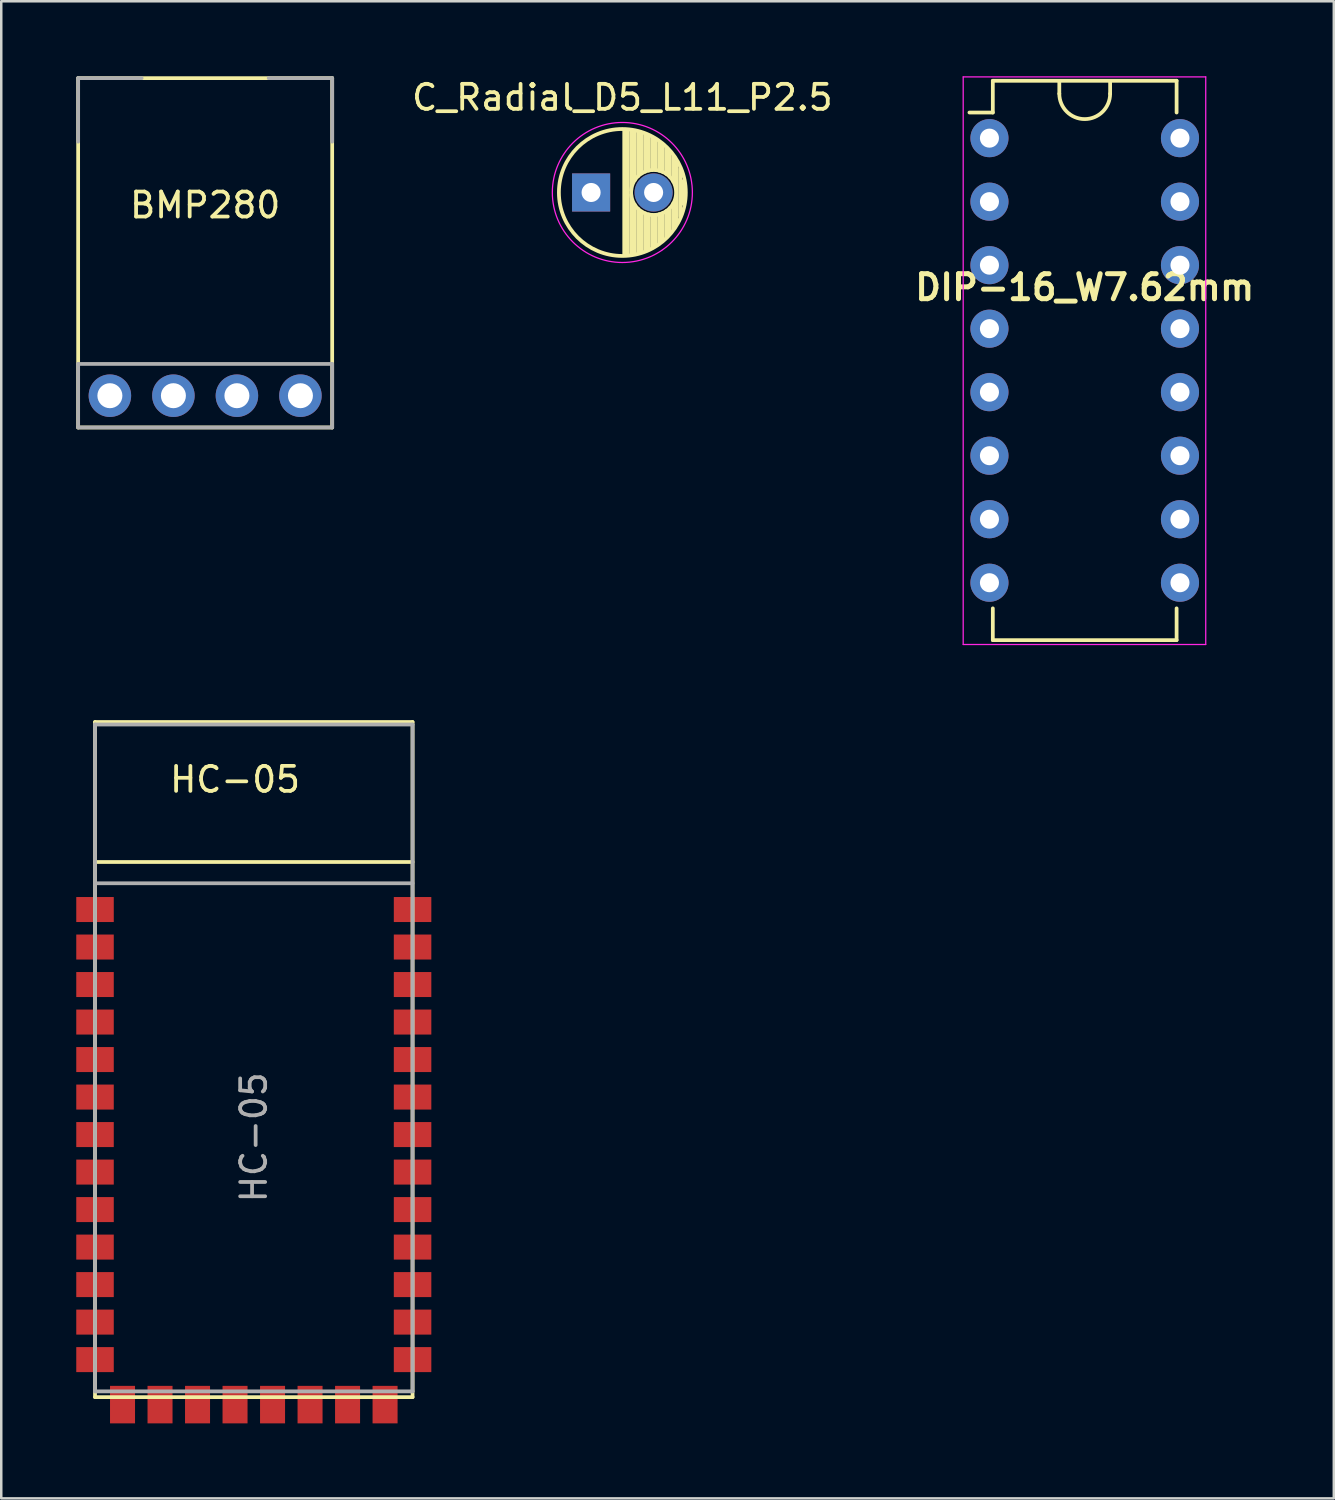
<source format=kicad_pcb>
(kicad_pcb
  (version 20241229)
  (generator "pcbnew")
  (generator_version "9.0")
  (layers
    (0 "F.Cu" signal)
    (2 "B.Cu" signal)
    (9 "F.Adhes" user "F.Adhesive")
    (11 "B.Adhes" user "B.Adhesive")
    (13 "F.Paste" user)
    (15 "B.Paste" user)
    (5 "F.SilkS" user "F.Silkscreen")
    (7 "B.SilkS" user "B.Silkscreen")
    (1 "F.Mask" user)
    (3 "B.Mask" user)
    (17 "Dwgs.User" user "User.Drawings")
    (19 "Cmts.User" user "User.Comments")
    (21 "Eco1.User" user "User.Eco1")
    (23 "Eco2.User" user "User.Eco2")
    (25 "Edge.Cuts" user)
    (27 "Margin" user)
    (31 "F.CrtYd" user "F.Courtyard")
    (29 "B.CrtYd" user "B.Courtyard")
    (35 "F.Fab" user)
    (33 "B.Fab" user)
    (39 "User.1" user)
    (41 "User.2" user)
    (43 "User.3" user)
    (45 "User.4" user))
  (footprint "DIP-16_W7.62mm"
    (layer "F.Cu")
    (at 36.521 2.475)
    (property "Reference" "DIP-16_W7.62mm" (at 3.81 5.969 0) (layer "F.SilkS") (effects (font (size 1 1) (thickness 0.2))))
    (attr through_hole)
    (fp_line (start 0.135 -2.295) (end 0.135 -1.025) (stroke (width 0.15) (type solid)) (layer "F.SilkS"))
    (fp_line (start 0.135 -2.295) (end 7.485 -2.295) (stroke (width 0.15) (type solid)) (layer "F.SilkS"))
    (fp_line (start 0.135 -1.025) (end -0.8 -1.025) (stroke (width 0.15) (type solid)) (layer "F.SilkS"))
    (fp_line (start 0.135 20.075) (end 0.135 18.805) (stroke (width 0.15) (type solid)) (layer "F.SilkS"))
    (fp_line (start 0.135 20.075) (end 7.485 20.075) (stroke (width 0.15) (type solid)) (layer "F.SilkS"))
    (fp_line (start 2.794 -2.286) (end 2.794 -1.778) (stroke (width 0.15) (type solid)) (layer "F.SilkS"))
    (fp_line (start 4.826 -2.286) (end 4.826 -1.778) (stroke (width 0.15) (type solid)) (layer "F.SilkS"))
    (fp_line (start 7.485 -2.295) (end 7.485 -1.025) (stroke (width 0.15) (type solid)) (layer "F.SilkS"))
    (fp_line (start 7.485 20.075) (end 7.485 18.805) (stroke (width 0.15) (type solid)) (layer "F.SilkS"))
    (fp_arc (start 4.826 -1.778) (mid 3.81 -0.762) (end 2.794 -1.778) (stroke (width 0.15) (type solid)) (layer "F.SilkS"))
    (fp_line (start -1.05 -2.45) (end -1.05 20.25) (stroke (width 0.05) (type solid)) (layer "F.CrtYd"))
    (fp_line (start -1.05 -2.45) (end 8.65 -2.45) (stroke (width 0.05) (type solid)) (layer "F.CrtYd"))
    (fp_line (start -1.05 20.25) (end 8.65 20.25) (stroke (width 0.05) (type solid)) (layer "F.CrtYd"))
    (fp_line (start 8.65 -2.45) (end 8.65 20.25) (stroke (width 0.05) (type solid)) (layer "F.CrtYd"))
    (pad "1" thru_hole circle (at 0 0) (size 1.524 1.524) (drill 0.762) (layers "*.Cu" "*.Mask"))
    (pad "2" thru_hole circle (at 0 2.54) (size 1.524 1.524) (drill 0.762) (layers "*.Cu" "*.Mask"))
    (pad "3" thru_hole circle (at 0 5.08) (size 1.524 1.524) (drill 0.762) (layers "*.Cu" "*.Mask"))
    (pad "4" thru_hole circle (at 0 7.62) (size 1.524 1.524) (drill 0.762) (layers "*.Cu" "*.Mask"))
    (pad "5" thru_hole circle (at 0 10.16) (size 1.524 1.524) (drill 0.762) (layers "*.Cu" "*.Mask"))
    (pad "6" thru_hole circle (at 0 12.7) (size 1.524 1.524) (drill 0.762) (layers "*.Cu" "*.Mask"))
    (pad "7" thru_hole circle (at 0 15.24) (size 1.524 1.524) (drill 0.762) (layers "*.Cu" "*.Mask"))
    (pad "8" thru_hole circle (at 0 17.78) (size 1.524 1.524) (drill 0.762) (layers "*.Cu" "*.Mask"))
    (pad "9" thru_hole circle (at 7.62 17.78) (size 1.524 1.524) (drill 0.762) (layers "*.Cu" "*.Mask"))
    (pad "10" thru_hole circle (at 7.62 15.24) (size 1.524 1.524) (drill 0.762) (layers "*.Cu" "*.Mask"))
    (pad "11" thru_hole circle (at 7.62 12.7) (size 1.524 1.524) (drill 0.762) (layers "*.Cu" "*.Mask"))
    (pad "12" thru_hole circle (at 7.62 10.16) (size 1.524 1.524) (drill 0.762) (layers "*.Cu" "*.Mask"))
    (pad "13" thru_hole circle (at 7.62 7.62) (size 1.524 1.524) (drill 0.762) (layers "*.Cu" "*.Mask"))
    (pad "14" thru_hole circle (at 7.62 5.08) (size 1.524 1.524) (drill 0.762) (layers "*.Cu" "*.Mask"))
    (pad "15" thru_hole circle (at 7.62 2.54) (size 1.524 1.524) (drill 0.762) (layers "*.Cu" "*.Mask"))
    (pad "16" thru_hole circle (at 7.62 0) (size 1.524 1.524) (drill 0.762) (layers "*.Cu" "*.Mask")))
  (footprint "BMP280"
    (layer "F.Cu")
    (at 5.155 10.235)
    (property "Reference" "BMP280" (at 0 -5.08 0) (layer "F.SilkS") (effects (font (size 1 1) (thickness 0.15))))
    (attr through_hole)
    (fp_line (start -5.08 -10.16) (end -5.08 3.81) (stroke (width 0.15) (type solid)) (layer "F.SilkS"))
    (fp_line (start -5.08 3.81) (end 5.08 3.81) (stroke (width 0.15) (type solid)) (layer "F.SilkS"))
    (fp_line (start 5.08 -10.16) (end -5.08 -10.16) (stroke (width 0.15) (type solid)) (layer "F.SilkS"))
    (fp_line (start 5.08 3.81) (end 5.08 -10.16) (stroke (width 0.15) (type solid)) (layer "F.SilkS"))
    (fp_line (start -5.08 -10.16) (end -2.54 -10.16) (stroke (width 0.15) (type solid)) (layer "F.Fab"))
    (fp_line (start -5.08 -7.62) (end -5.08 -10.16) (stroke (width 0.15) (type solid)) (layer "F.Fab"))
    (fp_line (start -5.08 1.27) (end 5.08 1.27) (stroke (width 0.15) (type solid)) (layer "F.Fab"))
    (fp_line (start -5.08 3.81) (end -5.08 1.27) (stroke (width 0.15) (type solid)) (layer "F.Fab"))
    (fp_line (start 2.54 -10.16) (end 5.08 -10.16) (stroke (width 0.15) (type solid)) (layer "F.Fab"))
    (fp_line (start 5.08 -10.16) (end 5.08 -7.62) (stroke (width 0.15) (type solid)) (layer "F.Fab"))
    (fp_line (start 5.08 1.27) (end 5.08 3.81) (stroke (width 0.15) (type solid)) (layer "F.Fab"))
    (fp_line (start 5.08 3.81) (end -5.08 3.81) (stroke (width 0.15) (type solid)) (layer "F.Fab"))
    (pad "1" thru_hole circle (at -3.81 2.54) (size 1.7 1.7) (drill 1) (layers "*.Cu" "*.Mask"))
    (pad "2" thru_hole circle (at -1.27 2.54) (size 1.7 1.7) (drill 1) (layers "*.Cu" "*.Mask"))
    (pad "3" thru_hole circle (at 1.27 2.54) (size 1.7 1.7) (drill 1) (layers "*.Cu" "*.Mask"))
    (pad "4" thru_hole circle (at 3.81 2.54) (size 1.7 1.7) (drill 1) (layers "*.Cu" "*.Mask")))
  (footprint "HC-05"
    (layer "F.Cu")
    (at 0.75 51.325)
    (property "Reference" "HC-05" (at 5.6 -23.2 0) (layer "F.SilkS") (effects (font (size 1 1) (thickness 0.15))))
    (attr through_hole)
    (fp_line (start 0 -25.5) (end 0 1.5) (stroke (width 0.15) (type solid)) (layer "F.SilkS"))
    (fp_line (start 0 -25.5) (end 12.7 -25.5) (stroke (width 0.15) (type solid)) (layer "F.SilkS"))
    (fp_line (start 0 -19.9) (end 12.7 -19.9) (stroke (width 0.15) (type solid)) (layer "F.SilkS"))
    (fp_line (start 0 1.5) (end 12.7 1.5) (stroke (width 0.15) (type solid)) (layer "F.SilkS"))
    (fp_line (start 12.7 1.5) (end 12.7 -25.5) (stroke (width 0.15) (type solid)) (layer "F.SilkS"))
    (fp_line (start 0 -25.4) (end 12.7 -25.4) (stroke (width 0.15) (type solid)) (layer "F.Fab"))
    (fp_line (start 0 -19.05) (end 12.7 -19.05) (stroke (width 0.15) (type solid)) (layer "F.Fab"))
    (fp_line (start 0 1.27) (end 0 -25.4) (stroke (width 0.15) (type solid)) (layer "F.Fab"))
    (fp_line (start 12.7 -25.4) (end 12.7 1.27) (stroke (width 0.15) (type solid)) (layer "F.Fab"))
    (fp_line (start 12.7 1.27) (end 0 1.27) (stroke (width 0.15) (type solid)) (layer "F.Fab"))
    (fp_text user "HC-05" (at 6.35 -8.89 90) (layer "F.Fab") (effects (font (size 1 1) (thickness 0.15))))
    (pad "1" smd rect (at 0 -18) (size 1.5 1) (layers "F.Cu" "F.Mask" "F.Paste"))
    (pad "2" smd rect (at 0 -16.5) (size 1.5 1) (layers "F.Cu" "F.Mask" "F.Paste"))
    (pad "3" smd rect (at 0 -15) (size 1.5 1) (layers "F.Cu" "F.Mask" "F.Paste"))
    (pad "4" smd rect (at 0 -13.5) (size 1.5 1) (layers "F.Cu" "F.Mask" "F.Paste"))
    (pad "5" smd rect (at 0 -12) (size 1.5 1) (layers "F.Cu" "F.Mask" "F.Paste"))
    (pad "6" smd rect (at 0 -10.5) (size 1.5 1) (layers "F.Cu" "F.Mask" "F.Paste"))
    (pad "7" smd rect (at 0 -9) (size 1.5 1) (layers "F.Cu" "F.Mask" "F.Paste"))
    (pad "8" smd rect (at 0 -7.5) (size 1.5 1) (layers "F.Cu" "F.Mask" "F.Paste"))
    (pad "9" smd rect (at 0 -6) (size 1.5 1) (layers "F.Cu" "F.Mask" "F.Paste"))
    (pad "10" smd rect (at 0 -4.5) (size 1.5 1) (layers "F.Cu" "F.Mask" "F.Paste"))
    (pad "11" smd rect (at 0 -3) (size 1.5 1) (layers "F.Cu" "F.Mask" "F.Paste"))
    (pad "12" smd rect (at 0 -1.5) (size 1.5 1) (layers "F.Cu" "F.Mask" "F.Paste"))
    (pad "13" smd rect (at 0 0) (size 1.5 1) (layers "F.Cu" "F.Mask" "F.Paste"))
    (pad "14" smd rect (at 1.1 1.8) (size 1 1.5) (layers "F.Cu" "F.Mask" "F.Paste"))
    (pad "15" smd rect (at 2.6 1.8) (size 1 1.5) (layers "F.Cu" "F.Mask" "F.Paste"))
    (pad "16" smd rect (at 4.1 1.8) (size 1 1.5) (layers "F.Cu" "F.Mask" "F.Paste"))
    (pad "17" smd rect (at 5.6 1.8) (size 1 1.5) (layers "F.Cu" "F.Mask" "F.Paste"))
    (pad "18" smd rect (at 7.1 1.8) (size 1 1.5) (layers "F.Cu" "F.Mask" "F.Paste"))
    (pad "19" smd rect (at 8.6 1.8) (size 1 1.5) (layers "F.Cu" "F.Mask" "F.Paste"))
    (pad "20" smd rect (at 10.1 1.8) (size 1 1.5) (layers "F.Cu" "F.Mask" "F.Paste"))
    (pad "21" smd rect (at 11.6 1.8) (size 1 1.5) (layers "F.Cu" "F.Mask" "F.Paste"))
    (pad "22" smd rect (at 12.7 0) (size 1.5 1) (layers "F.Cu" "F.Mask" "F.Paste"))
    (pad "23" smd rect (at 12.7 -1.5) (size 1.5 1) (layers "F.Cu" "F.Mask" "F.Paste"))
    (pad "24" smd rect (at 12.7 -3) (size 1.5 1) (layers "F.Cu" "F.Mask" "F.Paste"))
    (pad "25" smd rect (at 12.7 -4.5) (size 1.5 1) (layers "F.Cu" "F.Mask" "F.Paste"))
    (pad "26" smd rect (at 12.7 -6) (size 1.5 1) (layers "F.Cu" "F.Mask" "F.Paste"))
    (pad "27" smd rect (at 12.7 -7.5) (size 1.5 1) (layers "F.Cu" "F.Mask" "F.Paste"))
    (pad "28" smd rect (at 12.7 -9) (size 1.5 1) (layers "F.Cu" "F.Mask" "F.Paste"))
    (pad "29" smd rect (at 12.7 -10.5) (size 1.5 1) (layers "F.Cu" "F.Mask" "F.Paste"))
    (pad "30" smd rect (at 12.7 -12) (size 1.5 1) (layers "F.Cu" "F.Mask" "F.Paste"))
    (pad "31" smd rect (at 12.7 -13.5) (size 1.5 1) (layers "F.Cu" "F.Mask" "F.Paste"))
    (pad "32" smd rect (at 12.7 -15) (size 1.5 1) (layers "F.Cu" "F.Mask" "F.Paste"))
    (pad "33" smd rect (at 12.7 -16.5) (size 1.5 1) (layers "F.Cu" "F.Mask" "F.Paste"))
    (pad "34" smd rect (at 12.7 -18) (size 1.5 1) (layers "F.Cu" "F.Mask" "F.Paste")))
  (footprint "C_Radial_D5_L11_P2.5"
    (layer "F.Cu")
    (at 20.59 4.648)
    (property "Reference" "C_Radial_D5_L11_P2.5" (at 1.25 -3.8 0) (layer "F.SilkS") (effects (font (size 1 1) (thickness 0.15))))
    (attr through_hole)
    (fp_line (start 1.325 -2.499) (end 1.325 2.499) (stroke (width 0.15) (type solid)) (layer "F.SilkS"))
    (fp_line (start 1.465 -2.491) (end 1.465 2.491) (stroke (width 0.15) (type solid)) (layer "F.SilkS"))
    (fp_line (start 1.605 -2.475) (end 1.605 -0.095) (stroke (width 0.15) (type solid)) (layer "F.SilkS"))
    (fp_line (start 1.605 0.095) (end 1.605 2.475) (stroke (width 0.15) (type solid)) (layer "F.SilkS"))
    (fp_line (start 1.745 -2.451) (end 1.745 -0.49) (stroke (width 0.15) (type solid)) (layer "F.SilkS"))
    (fp_line (start 1.745 0.49) (end 1.745 2.451) (stroke (width 0.15) (type solid)) (layer "F.SilkS"))
    (fp_line (start 1.885 -2.418) (end 1.885 -0.657) (stroke (width 0.15) (type solid)) (layer "F.SilkS"))
    (fp_line (start 1.885 0.657) (end 1.885 2.418) (stroke (width 0.15) (type solid)) (layer "F.SilkS"))
    (fp_line (start 2.025 -2.377) (end 2.025 -0.764) (stroke (width 0.15) (type solid)) (layer "F.SilkS"))
    (fp_line (start 2.025 0.764) (end 2.025 2.377) (stroke (width 0.15) (type solid)) (layer "F.SilkS"))
    (fp_line (start 2.165 -2.327) (end 2.165 -0.835) (stroke (width 0.15) (type solid)) (layer "F.SilkS"))
    (fp_line (start 2.165 0.835) (end 2.165 2.327) (stroke (width 0.15) (type solid)) (layer "F.SilkS"))
    (fp_line (start 2.305 -2.266) (end 2.305 -0.879) (stroke (width 0.15) (type solid)) (layer "F.SilkS"))
    (fp_line (start 2.305 0.879) (end 2.305 2.266) (stroke (width 0.15) (type solid)) (layer "F.SilkS"))
    (fp_line (start 2.445 -2.196) (end 2.445 -0.898) (stroke (width 0.15) (type solid)) (layer "F.SilkS"))
    (fp_line (start 2.445 0.898) (end 2.445 2.196) (stroke (width 0.15) (type solid)) (layer "F.SilkS"))
    (fp_line (start 2.585 -2.114) (end 2.585 -0.896) (stroke (width 0.15) (type solid)) (layer "F.SilkS"))
    (fp_line (start 2.585 0.896) (end 2.585 2.114) (stroke (width 0.15) (type solid)) (layer "F.SilkS"))
    (fp_line (start 2.725 -2.019) (end 2.725 -0.871) (stroke (width 0.15) (type solid)) (layer "F.SilkS"))
    (fp_line (start 2.725 0.871) (end 2.725 2.019) (stroke (width 0.15) (type solid)) (layer "F.SilkS"))
    (fp_line (start 2.865 -1.908) (end 2.865 -0.823) (stroke (width 0.15) (type solid)) (layer "F.SilkS"))
    (fp_line (start 2.865 0.823) (end 2.865 1.908) (stroke (width 0.15) (type solid)) (layer "F.SilkS"))
    (fp_line (start 3.005 -1.78) (end 3.005 -0.745) (stroke (width 0.15) (type solid)) (layer "F.SilkS"))
    (fp_line (start 3.005 0.745) (end 3.005 1.78) (stroke (width 0.15) (type solid)) (layer "F.SilkS"))
    (fp_line (start 3.145 -1.631) (end 3.145 -0.628) (stroke (width 0.15) (type solid)) (layer "F.SilkS"))
    (fp_line (start 3.145 0.628) (end 3.145 1.631) (stroke (width 0.15) (type solid)) (layer "F.SilkS"))
    (fp_line (start 3.285 -1.452) (end 3.285 -0.44) (stroke (width 0.15) (type solid)) (layer "F.SilkS"))
    (fp_line (start 3.285 0.44) (end 3.285 1.452) (stroke (width 0.15) (type solid)) (layer "F.SilkS"))
    (fp_line (start 3.425 -1.233) (end 3.425 1.233) (stroke (width 0.15) (type solid)) (layer "F.SilkS"))
    (fp_line (start 3.565 -0.944) (end 3.565 0.944) (stroke (width 0.15) (type solid)) (layer "F.SilkS"))
    (fp_line (start 3.705 -0.472) (end 3.705 0.472) (stroke (width 0.15) (type solid)) (layer "F.SilkS"))
    (fp_circle (center 1.25 0) (end 1.25 -2.538) (stroke (width 0.15) (type solid)) (fill no) (layer "F.SilkS"))
    (fp_circle (center 2.5 0) (end 2.5 -0.9) (stroke (width 0.15) (type solid)) (fill no) (layer "F.SilkS"))
    (fp_circle (center 1.25 0) (end 1.25 -2.8) (stroke (width 0.05) (type solid)) (fill no) (layer "F.CrtYd"))
    (pad "1" thru_hole rect (at 0 0) (size 1.524 1.524) (drill 0.762) (layers "*.Cu" "*.Mask"))
    (pad "2" thru_hole circle (at 2.5 0) (size 1.524 1.524) (drill 0.762) (layers "*.Cu" "*.Mask")))
  (gr_rect
    (start -3 -3)
    (end 50.293 56.875)
    (stroke (width 0.1) (type default))
    (fill no)
    (layer "Edge.Cuts")))
</source>
